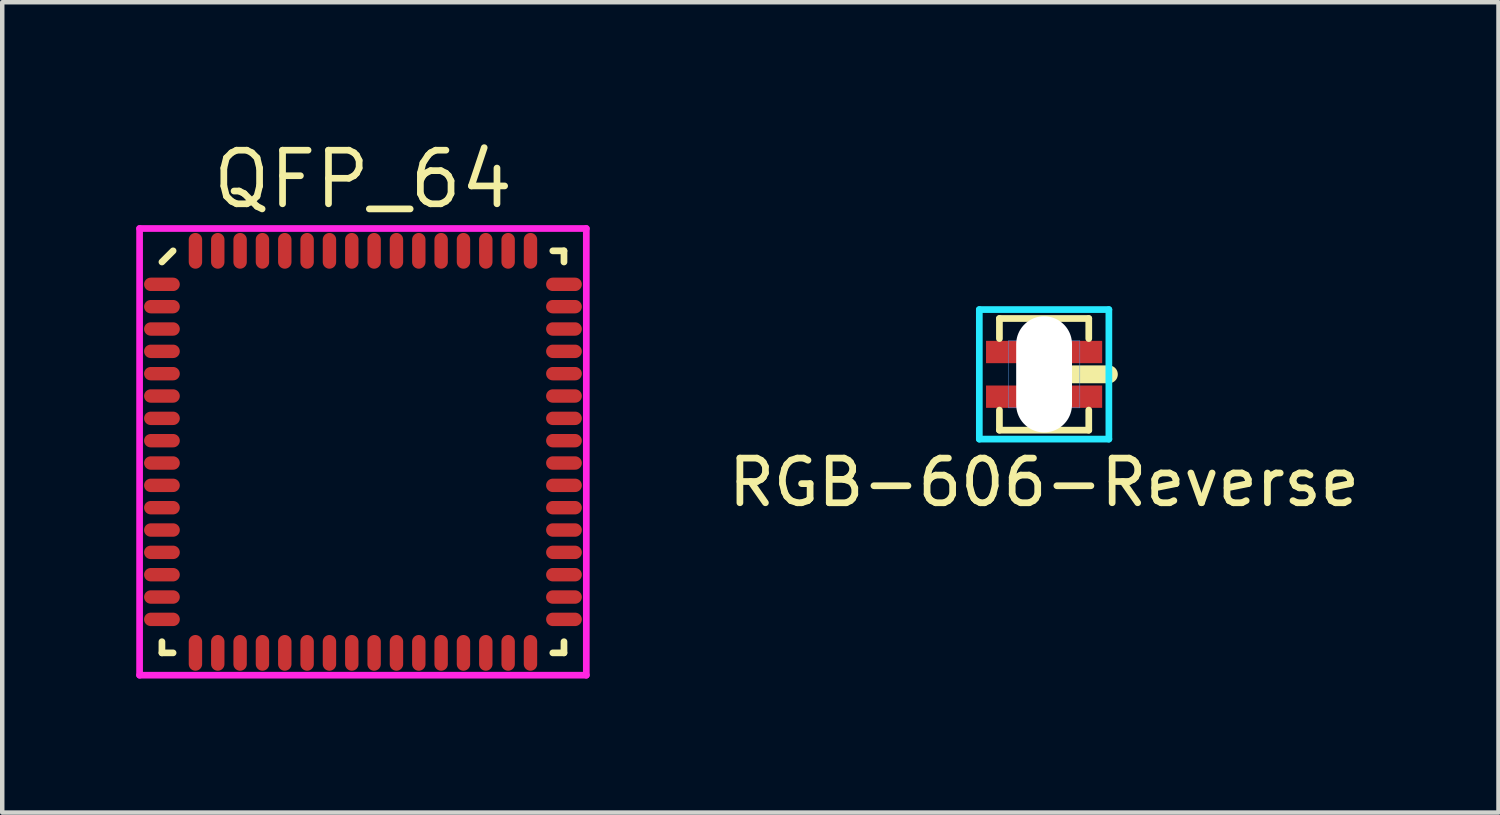
<source format=kicad_pcb>
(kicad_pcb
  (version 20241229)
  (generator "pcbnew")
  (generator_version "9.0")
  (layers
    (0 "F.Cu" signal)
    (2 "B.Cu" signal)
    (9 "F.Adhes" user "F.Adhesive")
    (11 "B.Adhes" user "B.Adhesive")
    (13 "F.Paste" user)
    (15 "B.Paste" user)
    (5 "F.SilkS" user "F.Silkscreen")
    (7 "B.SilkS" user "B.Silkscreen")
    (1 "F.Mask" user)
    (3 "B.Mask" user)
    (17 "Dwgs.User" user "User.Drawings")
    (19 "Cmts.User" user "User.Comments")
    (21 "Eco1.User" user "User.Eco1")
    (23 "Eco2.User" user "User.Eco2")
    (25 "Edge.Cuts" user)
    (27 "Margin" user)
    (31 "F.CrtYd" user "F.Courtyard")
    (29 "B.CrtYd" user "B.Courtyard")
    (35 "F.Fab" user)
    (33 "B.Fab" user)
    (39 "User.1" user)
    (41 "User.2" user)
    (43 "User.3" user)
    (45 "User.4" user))
  (footprint "QFP_64"
    (layer "F.Cu")
    (at 5.075 7.065)
    (property "Reference" "QFP_64" (at 0 -6.1 0) (layer "F.SilkS") (effects (font (size 1.2 1.2) (thickness 0.15))))
    (attr through_hole)
    (fp_line (start -4.5 -4.25) (end -4.25 -4.5) (stroke (width 0.15) (type solid)) (layer "F.SilkS"))
    (fp_line (start -4.5 4.5) (end -4.5 4.25) (stroke (width 0.15) (type solid)) (layer "F.SilkS"))
    (fp_line (start -4.25 4.5) (end -4.5 4.5) (stroke (width 0.15) (type solid)) (layer "F.SilkS"))
    (fp_line (start 4.25 -4.5) (end 4.5 -4.5) (stroke (width 0.15) (type solid)) (layer "F.SilkS"))
    (fp_line (start 4.25 4.5) (end 4.5 4.5) (stroke (width 0.15) (type solid)) (layer "F.SilkS"))
    (fp_line (start 4.5 -4.5) (end 4.5 -4.25) (stroke (width 0.15) (type solid)) (layer "F.SilkS"))
    (fp_line (start 4.5 4.5) (end 4.5 4.25) (stroke (width 0.15) (type solid)) (layer "F.SilkS"))
    (fp_line (start -5 -5) (end 5 -5) (stroke (width 0.15) (type solid)) (layer "F.CrtYd"))
    (fp_line (start -5 5) (end -5 -5) (stroke (width 0.15) (type solid)) (layer "F.CrtYd"))
    (fp_line (start 5 -5) (end 5 5) (stroke (width 0.15) (type solid)) (layer "F.CrtYd"))
    (fp_line (start 5 5) (end -5 5) (stroke (width 0.15) (type solid)) (layer "F.CrtYd"))
    (pad "1" smd oval (at -4.5 -3.75 90) (size 0.3 0.8) (layers "F.Cu" "F.Mask" "F.Paste"))
    (pad "2" smd oval (at -4.5 -3.25 90) (size 0.3 0.8) (layers "F.Cu" "F.Mask" "F.Paste"))
    (pad "3" smd oval (at -4.5 -2.75 90) (size 0.3 0.8) (layers "F.Cu" "F.Mask" "F.Paste"))
    (pad "4" smd oval (at -4.5 -2.25 90) (size 0.3 0.8) (layers "F.Cu" "F.Mask" "F.Paste"))
    (pad "5" smd oval (at -4.5 -1.75 90) (size 0.3 0.8) (layers "F.Cu" "F.Mask" "F.Paste"))
    (pad "6" smd oval (at -4.5 -1.25 90) (size 0.3 0.8) (layers "F.Cu" "F.Mask" "F.Paste"))
    (pad "7" smd oval (at -4.5 -0.75 90) (size 0.3 0.8) (layers "F.Cu" "F.Mask" "F.Paste"))
    (pad "8" smd oval (at -4.5 -0.25 90) (size 0.3 0.8) (layers "F.Cu" "F.Mask" "F.Paste"))
    (pad "9" smd oval (at -4.5 0.25 90) (size 0.3 0.8) (layers "F.Cu" "F.Mask" "F.Paste"))
    (pad "10" smd oval (at -4.5 0.75 90) (size 0.3 0.8) (layers "F.Cu" "F.Mask" "F.Paste"))
    (pad "11" smd oval (at -4.5 1.25 90) (size 0.3 0.8) (layers "F.Cu" "F.Mask" "F.Paste"))
    (pad "12" smd oval (at -4.5 1.75 90) (size 0.3 0.8) (layers "F.Cu" "F.Mask" "F.Paste"))
    (pad "13" smd oval (at -4.5 2.25 90) (size 0.3 0.8) (layers "F.Cu" "F.Mask" "F.Paste"))
    (pad "14" smd oval (at -4.5 2.75 90) (size 0.3 0.8) (layers "F.Cu" "F.Mask" "F.Paste"))
    (pad "15" smd oval (at -4.5 3.25 90) (size 0.3 0.8) (layers "F.Cu" "F.Mask" "F.Paste"))
    (pad "16" smd oval (at -4.5 3.75 90) (size 0.3 0.8) (layers "F.Cu" "F.Mask" "F.Paste"))
    (pad "17" smd oval (at -3.75 4.5) (size 0.3 0.8) (layers "F.Cu" "F.Mask" "F.Paste"))
    (pad "18" smd oval (at -3.25 4.5) (size 0.3 0.8) (layers "F.Cu" "F.Mask" "F.Paste"))
    (pad "19" smd oval (at -2.75 4.5) (size 0.3 0.8) (layers "F.Cu" "F.Mask" "F.Paste"))
    (pad "20" smd oval (at -2.25 4.5) (size 0.3 0.8) (layers "F.Cu" "F.Mask" "F.Paste"))
    (pad "21" smd oval (at -1.75 4.5) (size 0.3 0.8) (layers "F.Cu" "F.Mask" "F.Paste"))
    (pad "22" smd oval (at -1.25 4.5) (size 0.3 0.8) (layers "F.Cu" "F.Mask" "F.Paste"))
    (pad "23" smd oval (at -0.75 4.5) (size 0.3 0.8) (layers "F.Cu" "F.Mask" "F.Paste"))
    (pad "24" smd oval (at -0.25 4.5) (size 0.3 0.8) (layers "F.Cu" "F.Mask" "F.Paste"))
    (pad "25" smd oval (at 0.25 4.5) (size 0.3 0.8) (layers "F.Cu" "F.Mask" "F.Paste"))
    (pad "26" smd oval (at 0.75 4.5) (size 0.3 0.8) (layers "F.Cu" "F.Mask" "F.Paste"))
    (pad "27" smd oval (at 1.25 4.5) (size 0.3 0.8) (layers "F.Cu" "F.Mask" "F.Paste"))
    (pad "28" smd oval (at 1.75 4.5) (size 0.3 0.8) (layers "F.Cu" "F.Mask" "F.Paste"))
    (pad "29" smd oval (at 2.25 4.5) (size 0.3 0.8) (layers "F.Cu" "F.Mask" "F.Paste"))
    (pad "30" smd oval (at 2.75 4.5) (size 0.3 0.8) (layers "F.Cu" "F.Mask" "F.Paste"))
    (pad "31" smd oval (at 3.25 4.5) (size 0.3 0.8) (layers "F.Cu" "F.Mask" "F.Paste"))
    (pad "32" smd oval (at 3.75 4.5) (size 0.3 0.8) (layers "F.Cu" "F.Mask" "F.Paste"))
    (pad "33" smd oval (at 4.5 3.75 90) (size 0.3 0.8) (layers "F.Cu" "F.Mask" "F.Paste"))
    (pad "34" smd oval (at 4.5 3.25 90) (size 0.3 0.8) (layers "F.Cu" "F.Mask" "F.Paste"))
    (pad "35" smd oval (at 4.5 2.75 90) (size 0.3 0.8) (layers "F.Cu" "F.Mask" "F.Paste"))
    (pad "36" smd oval (at 4.5 2.25 90) (size 0.3 0.8) (layers "F.Cu" "F.Mask" "F.Paste"))
    (pad "37" smd oval (at 4.5 1.75 90) (size 0.3 0.8) (layers "F.Cu" "F.Mask" "F.Paste"))
    (pad "38" smd oval (at 4.5 1.25 90) (size 0.3 0.8) (layers "F.Cu" "F.Mask" "F.Paste"))
    (pad "39" smd oval (at 4.5 0.75 90) (size 0.3 0.8) (layers "F.Cu" "F.Mask" "F.Paste"))
    (pad "40" smd oval (at 4.5 0.25 90) (size 0.3 0.8) (layers "F.Cu" "F.Mask" "F.Paste"))
    (pad "41" smd oval (at 4.5 -0.25 90) (size 0.3 0.8) (layers "F.Cu" "F.Mask" "F.Paste"))
    (pad "42" smd oval (at 4.5 -0.75 90) (size 0.3 0.8) (layers "F.Cu" "F.Mask" "F.Paste"))
    (pad "43" smd oval (at 4.5 -1.25 90) (size 0.3 0.8) (layers "F.Cu" "F.Mask" "F.Paste"))
    (pad "44" smd oval (at 4.5 -1.75 90) (size 0.3 0.8) (layers "F.Cu" "F.Mask" "F.Paste"))
    (pad "45" smd oval (at 4.5 -2.25 90) (size 0.3 0.8) (layers "F.Cu" "F.Mask" "F.Paste"))
    (pad "46" smd oval (at 4.5 -2.75 90) (size 0.3 0.8) (layers "F.Cu" "F.Mask" "F.Paste"))
    (pad "47" smd oval (at 4.5 -3.25 90) (size 0.3 0.8) (layers "F.Cu" "F.Mask" "F.Paste"))
    (pad "48" smd oval (at 4.5 -3.75 90) (size 0.3 0.8) (layers "F.Cu" "F.Mask" "F.Paste"))
    (pad "49" smd oval (at 3.75 -4.5) (size 0.3 0.8) (layers "F.Cu" "F.Mask" "F.Paste"))
    (pad "50" smd oval (at 3.25 -4.5) (size 0.3 0.8) (layers "F.Cu" "F.Mask" "F.Paste"))
    (pad "51" smd oval (at 2.75 -4.5) (size 0.3 0.8) (layers "F.Cu" "F.Mask" "F.Paste"))
    (pad "52" smd oval (at 2.25 -4.5) (size 0.3 0.8) (layers "F.Cu" "F.Mask" "F.Paste"))
    (pad "53" smd oval (at 1.75 -4.5) (size 0.3 0.8) (layers "F.Cu" "F.Mask" "F.Paste"))
    (pad "54" smd oval (at 1.25 -4.5) (size 0.3 0.8) (layers "F.Cu" "F.Mask" "F.Paste"))
    (pad "55" smd oval (at 0.75 -4.5) (size 0.3 0.8) (layers "F.Cu" "F.Mask" "F.Paste"))
    (pad "56" smd oval (at 0.25 -4.5) (size 0.3 0.8) (layers "F.Cu" "F.Mask" "F.Paste"))
    (pad "57" smd oval (at -0.25 -4.5) (size 0.3 0.8) (layers "F.Cu" "F.Mask" "F.Paste"))
    (pad "58" smd oval (at -0.75 -4.5) (size 0.3 0.8) (layers "F.Cu" "F.Mask" "F.Paste"))
    (pad "59" smd oval (at -1.25 -4.5) (size 0.3 0.8) (layers "F.Cu" "F.Mask" "F.Paste"))
    (pad "60" smd oval (at -1.75 -4.5) (size 0.3 0.8) (layers "F.Cu" "F.Mask" "F.Paste"))
    (pad "61" smd oval (at -2.25 -4.5) (size 0.3 0.8) (layers "F.Cu" "F.Mask" "F.Paste"))
    (pad "62" smd oval (at -2.75 -4.5) (size 0.3 0.8) (layers "F.Cu" "F.Mask" "F.Paste"))
    (pad "63" smd oval (at -3.25 -4.5) (size 0.3 0.8) (layers "F.Cu" "F.Mask" "F.Paste"))
    (pad "64" smd oval (at -3.75 -4.5) (size 0.3 0.8) (layers "F.Cu" "F.Mask" "F.Paste")))
  (footprint "RGB-606-Reverse"
    (layer "F.Cu")
    (at 20.323 0.25)
    (property "Reference" "RGB-606-Reverse" (at 0 7.5 0) (layer "F.SilkS") (effects (font (size 1 1) (thickness 0.15))))
    (attr through_hole)
    (fp_line (start -1 3.83) (end -1 4.28) (stroke (width 0.15) (type solid)) (layer "F.SilkS"))
    (fp_line (start -1 5.88) (end -1 6.33) (stroke (width 0.15) (type solid)) (layer "F.SilkS"))
    (fp_line (start -1 6.33) (end 1 6.33) (stroke (width 0.15) (type solid)) (layer "F.SilkS"))
    (fp_line (start 0.65 5.08) (end 1.45 5.08) (stroke (width 0.4) (type solid)) (layer "F.SilkS"))
    (fp_line (start 1 3.83) (end -1 3.83) (stroke (width 0.15) (type solid)) (layer "F.SilkS"))
    (fp_line (start 1 4.28) (end 1 3.83) (stroke (width 0.15) (type solid)) (layer "F.SilkS"))
    (fp_line (start 1 6.33) (end 1 5.88) (stroke (width 0.15) (type solid)) (layer "F.SilkS"))
    (fp_line (start -0.8 5.83) (end -0.8 4.33) (stroke (width 0.01) (type solid)) (layer "Cmts.User"))
    (fp_line (start 0.8 4.33) (end -0.8 4.33) (stroke (width 0.01) (type solid)) (layer "Cmts.User"))
    (fp_line (start 0.8 5.83) (end -0.8 5.83) (stroke (width 0.01) (type solid)) (layer "Cmts.User"))
    (fp_line (start 0.8 5.83) (end 0.8 4.33) (stroke (width 0.01) (type solid)) (layer "Cmts.User"))
    (fp_line (start -0.6 4.33) (end -0.6 5.83) (stroke (width 0.01) (type solid)) (layer "Eco2.User"))
    (fp_line (start -0.6 4.33) (end 0.6 4.33) (stroke (width 0.01) (type solid)) (layer "Eco2.User"))
    (fp_line (start -0.6 5.83) (end 0.6 5.83) (stroke (width 0.01) (type solid)) (layer "Eco2.User"))
    (fp_line (start 0.6 4.33) (end 0.6 5.83) (stroke (width 0.01) (type solid)) (layer "Eco2.User"))
    (fp_line (start -1.45 3.63) (end -1.45 6.53) (stroke (width 0.15) (type solid)) (layer "B.CrtYd"))
    (fp_line (start -1.45 6.53) (end 1.45 6.53) (stroke (width 0.15) (type solid)) (layer "B.CrtYd"))
    (fp_line (start 1.45 3.63) (end -1.45 3.63) (stroke (width 0.15) (type solid)) (layer "B.CrtYd"))
    (fp_line (start 1.45 6.53) (end 1.45 3.63) (stroke (width 0.15) (type solid)) (layer "B.CrtYd"))
    (pad "" np_thru_hole oval (at 0 5.08 90) (size 2.6 1.25) (drill oval 2.6 1.25) (layers "*.Cu" "*.Mask"))
    (pad "A" smd rect (at -0.875 4.58) (size 0.85 0.5) (layers "F.Cu" "F.Mask" "F.Paste"))
    (pad "B" smd rect (at -0.875 5.58) (size 0.85 0.5) (layers "F.Cu" "F.Mask" "F.Paste"))
    (pad "G" smd rect (at 0.875 5.58) (size 0.85 0.5) (layers "F.Cu" "F.Mask" "F.Paste"))
    (pad "R" smd rect (at 0.875 4.58) (size 0.85 0.5) (layers "F.Cu" "F.Mask" "F.Paste")))
  (gr_rect
    (start -3 -3)
    (end 30.495 15.14)
    (stroke (width 0.1) (type default))
    (fill no)
    (layer "Edge.Cuts")))
</source>
